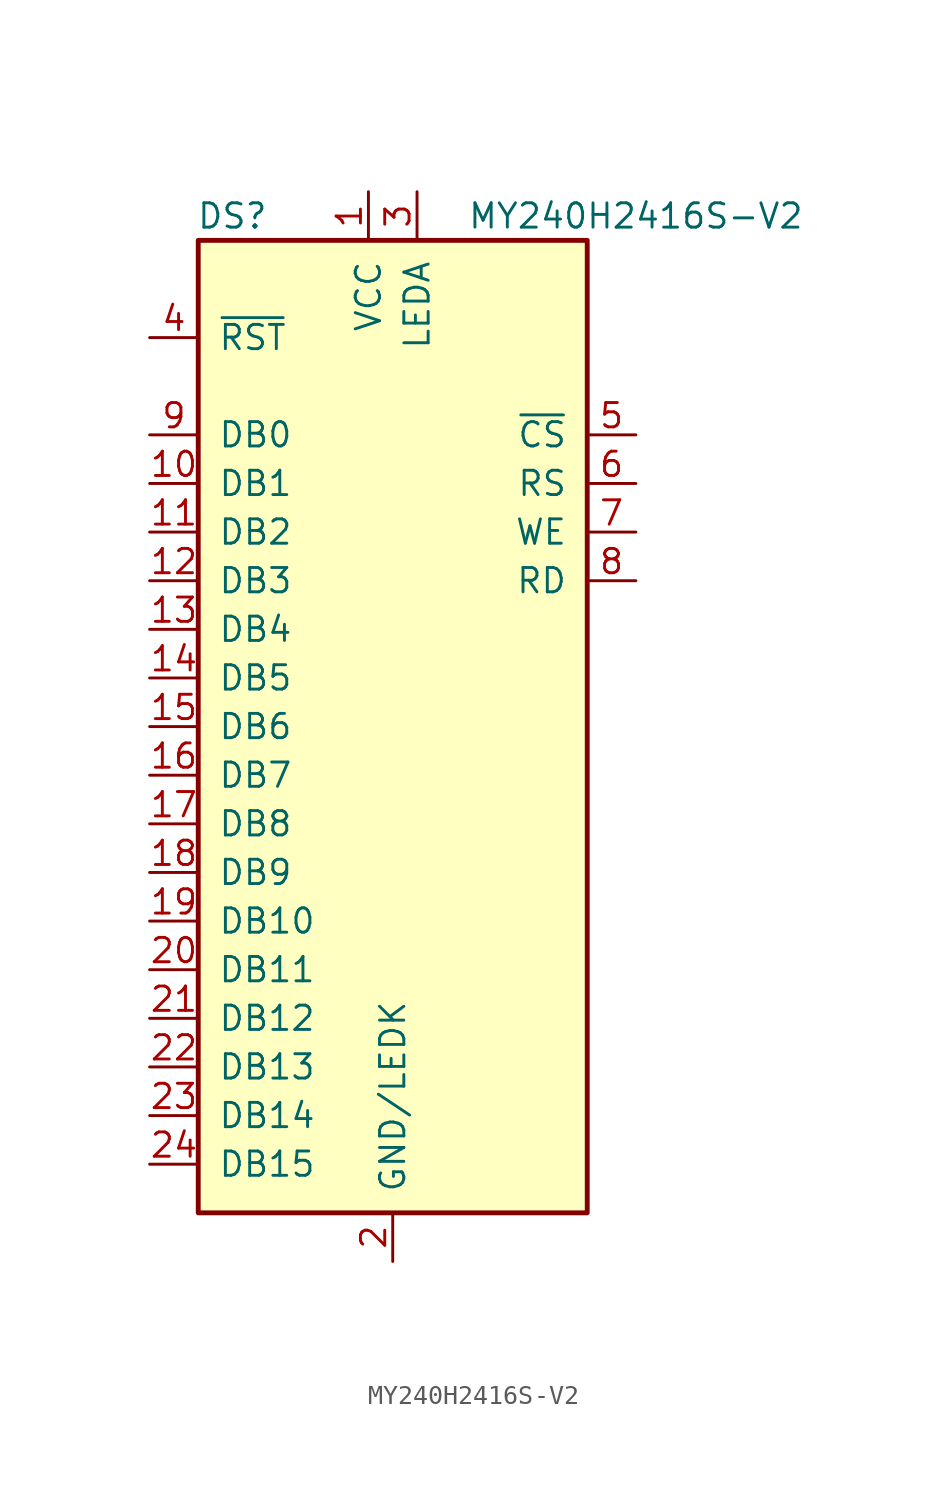
<source format=kicad_sym>
(kicad_symbol_lib
  (version 20211014)
  (generator kicad_symbol_editor)
  (symbol "MY240H2416S-V2"
    (pin_names
      (offset 1.016))
    (property "Reference" "DS"
      (at -8.382 19.05 0)
      (effects (font (size 1.27 1.27))))
    (property "Value" "MY240H2416S-V2"
      (at 12.7 19.05 0)
      (effects (font (size 1.27 1.27))))
    (symbol "MY240H2416S-V2_0_1"
      (rectangle (start -10.16 17.78) (end 10.16 -33.02) (stroke (width 0.254) (type default) (color 0 0 0 0)) (fill (type background))))
    (symbol "MY240H2416S-V2_1_1"
      (pin power_in line (at -1.27 20.32 270) (length 2.54) (name "VCC" (effects (font (size 1.27 1.27)))) (number "1" (effects (font (size 1.27 1.27)))))
      (pin bidirectional line (at -12.7 5.08 0) (length 2.54) (name "DB1" (effects (font (size 1.27 1.27)))) (number "10" (effects (font (size 1.27 1.27)))))
      (pin bidirectional line (at -12.7 2.54 0) (length 2.54) (name "DB2" (effects (font (size 1.27 1.27)))) (number "11" (effects (font (size 1.27 1.27)))))
      (pin bidirectional line (at -12.7 0 0) (length 2.54) (name "DB3" (effects (font (size 1.27 1.27)))) (number "12" (effects (font (size 1.27 1.27)))))
      (pin bidirectional line (at -12.7 -2.54 0) (length 2.54) (name "DB4" (effects (font (size 1.27 1.27)))) (number "13" (effects (font (size 1.27 1.27)))))
      (pin bidirectional line (at -12.7 -5.08 0) (length 2.54) (name "DB5" (effects (font (size 1.27 1.27)))) (number "14" (effects (font (size 1.27 1.27)))))
      (pin bidirectional line (at -12.7 -7.62 0) (length 2.54) (name "DB6" (effects (font (size 1.27 1.27)))) (number "15" (effects (font (size 1.27 1.27)))))
      (pin bidirectional line (at -12.7 -10.16 0) (length 2.54) (name "DB7" (effects (font (size 1.27 1.27)))) (number "16" (effects (font (size 1.27 1.27)))))
      (pin bidirectional line (at -12.7 -12.7 0) (length 2.54) (name "DB8" (effects (font (size 1.27 1.27)))) (number "17" (effects (font (size 1.27 1.27)))))
      (pin bidirectional line (at -12.7 -15.24 0) (length 2.54) (name "DB9" (effects (font (size 1.27 1.27)))) (number "18" (effects (font (size 1.27 1.27)))))
      (pin bidirectional line (at -12.7 -17.78 0) (length 2.54) (name "DB10" (effects (font (size 1.27 1.27)))) (number "19" (effects (font (size 1.27 1.27)))))
      (pin power_in line (at 0 -35.56 90) (length 2.54) (name "GND/LEDK" (effects (font (size 1.27 1.27)))) (number "2" (effects (font (size 1.27 1.27)))))
      (pin bidirectional line (at -12.7 -20.32 0) (length 2.54) (name "DB11" (effects (font (size 1.27 1.27)))) (number "20" (effects (font (size 1.27 1.27)))))
      (pin bidirectional line (at -12.7 -22.86 0) (length 2.54) (name "DB12" (effects (font (size 1.27 1.27)))) (number "21" (effects (font (size 1.27 1.27)))))
      (pin bidirectional line (at -12.7 -25.4 0) (length 2.54) (name "DB13" (effects (font (size 1.27 1.27)))) (number "22" (effects (font (size 1.27 1.27)))))
      (pin bidirectional line (at -12.7 -27.94 0) (length 2.54) (name "DB14" (effects (font (size 1.27 1.27)))) (number "23" (effects (font (size 1.27 1.27)))))
      (pin bidirectional line (at -12.7 -30.48 0) (length 2.54) (name "DB15" (effects (font (size 1.27 1.27)))) (number "24" (effects (font (size 1.27 1.27)))))
      (pin power_in line (at 1.27 20.32 270) (length 2.54) (name "LEDA" (effects (font (size 1.27 1.27)))) (number "3" (effects (font (size 1.27 1.27)))))
      (pin input line (at -12.7 12.7 0) (length 2.54) (name "~{RST}" (effects (font (size 1.27 1.27)))) (number "4" (effects (font (size 1.27 1.27)))))
      (pin passive line (at 12.7 7.62 180) (length 2.54) (name "~{CS}" (effects (font (size 1.27 1.27)))) (number "5" (effects (font (size 1.27 1.27)))))
      (pin passive line (at 12.7 5.08 180) (length 2.54) (name "RS" (effects (font (size 1.27 1.27)))) (number "6" (effects (font (size 1.27 1.27)))))
      (pin passive line (at 12.7 2.54 180) (length 2.54) (name "WE" (effects (font (size 1.27 1.27)))) (number "7" (effects (font (size 1.27 1.27)))))
      (pin passive line (at 12.7 0 180) (length 2.54) (name "RD" (effects (font (size 1.27 1.27)))) (number "8" (effects (font (size 1.27 1.27)))))
      (pin bidirectional line (at -12.7 7.62 0) (length 2.54) (name "DB0" (effects (font (size 1.27 1.27)))) (number "9" (effects (font (size 1.27 1.27))))))))
</source>
